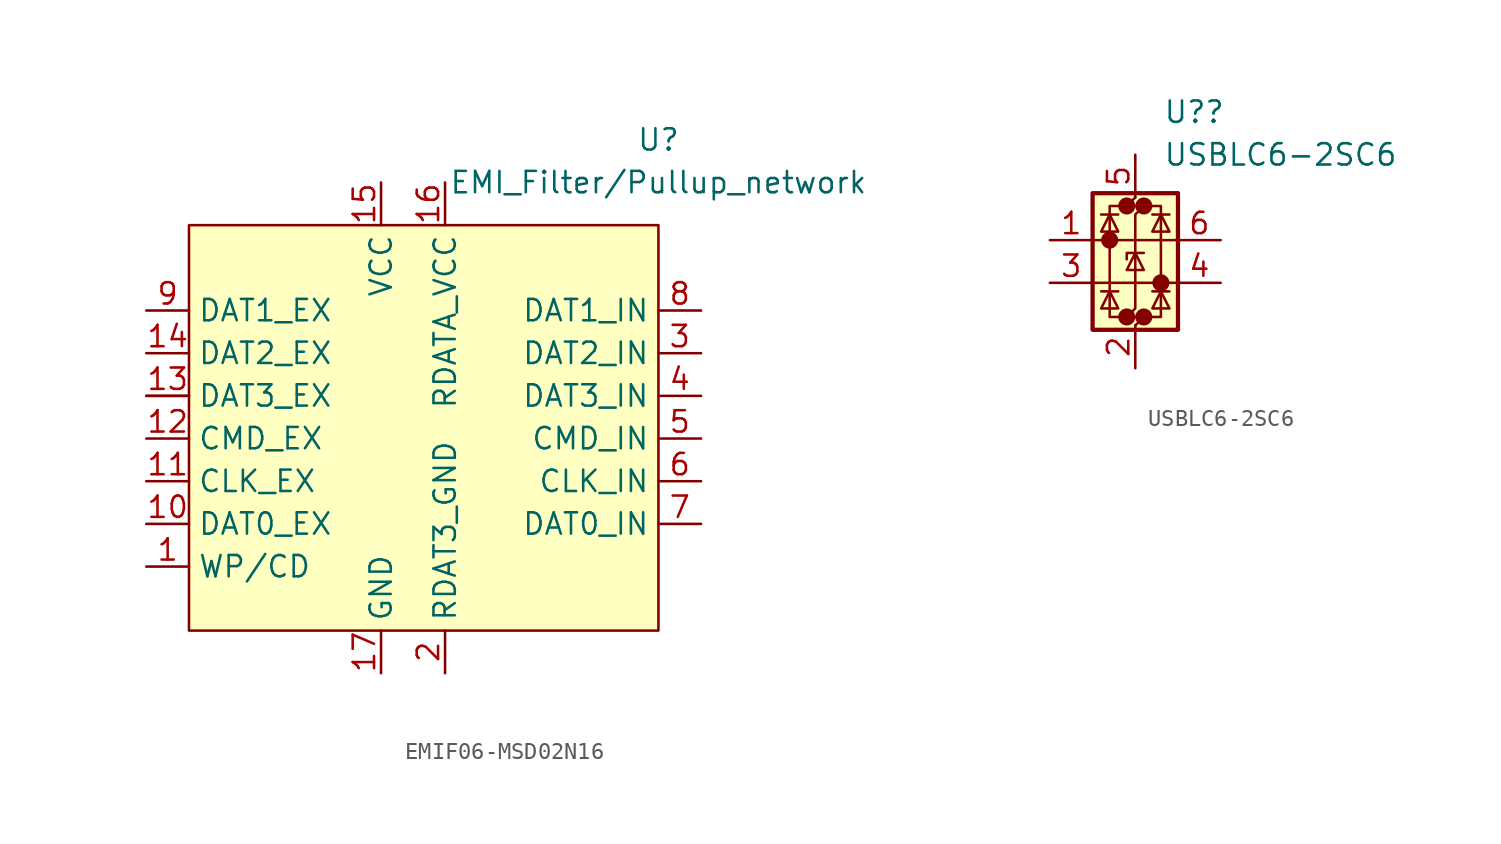
<source format=kicad_sym>
(kicad_symbol_lib
  (version 20220914)
  (generator kicad_symbol_editor)
  (symbol "EMIF06-MSD02N16"
    (property "Reference" "U"
      (at 15.24 16.51 0)
      (effects (font (size 1.27 1.27))))
    (property "Value" "EMI_Filter/Pullup_network"
      (at 15.24 13.97 0)
      (effects (font (size 1.27 1.27))))
    (symbol "EMIF06-MSD02N16_0_0"
      (pin passive line (at -15.24 1.27 0) (length 2.54) (name "" (effects (font (size 1.27 1.27)))) (number "" (effects (font (size 1.27 1.27)))))
      (pin passive line (at -15.24 -8.89 0) (length 2.54) (name "WP/CD" (effects (font (size 1.27 1.27)))) (number "1" (effects (font (size 1.27 1.27)))))
      (pin passive line (at -15.24 -6.35 0) (length 2.54) (name "DAT0_EX" (effects (font (size 1.27 1.27)))) (number "10" (effects (font (size 1.27 1.27)))))
      (pin passive line (at -15.24 -3.81 0) (length 2.54) (name "CLK_EX" (effects (font (size 1.27 1.27)))) (number "11" (effects (font (size 1.27 1.27)))))
      (pin passive line (at -15.24 -1.27 0) (length 2.54) (name "CMD_EX" (effects (font (size 1.27 1.27)))) (number "12" (effects (font (size 1.27 1.27)))))
      (pin passive line (at -15.24 1.27 0) (length 2.54) (name "DAT3_EX" (effects (font (size 1.27 1.27)))) (number "13" (effects (font (size 1.27 1.27)))))
      (pin passive line (at -15.24 3.81 0) (length 2.54) (name "DAT2_EX" (effects (font (size 1.27 1.27)))) (number "14" (effects (font (size 1.27 1.27)))))
      (pin passive line (at -1.27 13.97 270) (length 2.54) (name "VCC" (effects (font (size 1.27 1.27)))) (number "15" (effects (font (size 1.27 1.27)))))
      (pin passive line (at 2.54 13.97 270) (length 2.54) (name "RDATA_VCC" (effects (font (size 1.27 1.27)))) (number "16" (effects (font (size 1.27 1.27)))))
      (pin passive line (at -1.27 -15.24 90) (length 2.54) (name "GND" (effects (font (size 1.27 1.27)))) (number "17" (effects (font (size 1.27 1.27)))))
      (pin passive line (at 2.54 -15.24 90) (length 2.54) (name "RDAT3_GND" (effects (font (size 1.27 1.27)))) (number "2" (effects (font (size 1.27 1.27)))))
      (pin passive line (at 17.78 3.81 180) (length 2.54) (name "DAT2_IN" (effects (font (size 1.27 1.27)))) (number "3" (effects (font (size 1.27 1.27)))))
      (pin passive line (at 17.78 1.27 180) (length 2.54) (name "DAT3_IN" (effects (font (size 1.27 1.27)))) (number "4" (effects (font (size 1.27 1.27)))))
      (pin passive line (at 17.78 -1.27 180) (length 2.54) (name "CMD_IN" (effects (font (size 1.27 1.27)))) (number "5" (effects (font (size 1.27 1.27)))))
      (pin passive line (at 17.78 -3.81 180) (length 2.54) (name "CLK_IN" (effects (font (size 1.27 1.27)))) (number "6" (effects (font (size 1.27 1.27)))))
      (pin passive line (at 17.78 -6.35 180) (length 2.54) (name "DAT0_IN" (effects (font (size 1.27 1.27)))) (number "7" (effects (font (size 1.27 1.27)))))
      (pin passive line (at 17.78 6.35 180) (length 2.54) (name "DAT1_IN" (effects (font (size 1.27 1.27)))) (number "8" (effects (font (size 1.27 1.27)))))
      (pin passive line (at -15.24 6.35 0) (length 2.54) (name "DAT1_EX" (effects (font (size 1.27 1.27)))) (number "9" (effects (font (size 1.27 1.27))))))
    (symbol "EMIF06-MSD02N16_1_1"
      (rectangle (start -12.7 11.43) (end 15.24 -12.7) (stroke (width 0) (type default)) (fill (type background)))))
  (symbol "USBLC6-2SC6"
    (pin_names hide)
    (property "Reference" "U?"
      (at 1.651 7.62 0)
      (effects (font (size 1.27 1.27)) (justify left)))
    (property "Value" "USBLC6-2SC6"
      (at 1.651 5.08 0)
      (effects (font (size 1.27 1.27)) (justify left)))
    (symbol "USBLC6-2SC6_0_0"
      (circle (center -1.524 0) (radius 0.0001) (stroke (width 0.508) (type default)) (fill (type none)))
      (circle (center -0.508 -4.572) (radius 0.0001) (stroke (width 0.508) (type default)) (fill (type none)))
      (circle (center -0.508 2.032) (radius 0.0001) (stroke (width 0.508) (type default)) (fill (type none)))
      (circle (center 0.508 -4.572) (radius 0.0001) (stroke (width 0.508) (type default)) (fill (type none)))
      (circle (center 0.508 2.032) (radius 0.0001) (stroke (width 0.508) (type default)) (fill (type none)))
      (circle (center 1.524 -2.54) (radius 0.0001) (stroke (width 0.508) (type default)) (fill (type none))))
    (symbol "USBLC6-2SC6_0_1"
      (polyline (pts (xy -2.54 -2.54) (xy 2.54 -2.54)) (stroke (width 0) (type default)) (fill (type none)))
      (polyline (pts (xy -2.54 0) (xy 2.54 0)) (stroke (width 0) (type default)) (fill (type none)))
      (polyline (pts (xy -2.032 -3.048) (xy -1.016 -3.048)) (stroke (width 0) (type default)) (fill (type none)))
      (polyline (pts (xy -1.016 1.524) (xy -2.032 1.524)) (stroke (width 0) (type default)) (fill (type none)))
      (polyline (pts (xy 1.016 -3.048) (xy 2.032 -3.048)) (stroke (width 0) (type default)) (fill (type none)))
      (polyline (pts (xy 1.016 1.524) (xy 2.032 1.524)) (stroke (width 0) (type default)) (fill (type none)))
      (polyline (pts (xy -0.508 -1.143) (xy -0.508 -0.762) (xy 0.508 -0.762)) (stroke (width 0) (type default)) (fill (type none)))
      (polyline (pts (xy -2.032 0.508) (xy -1.016 0.508) (xy -1.524 1.524) (xy -2.032 0.508)) (stroke (width 0) (type default)) (fill (type none)))
      (polyline (pts (xy -1.016 -4.064) (xy -2.032 -4.064) (xy -1.524 -3.048) (xy -1.016 -4.064)) (stroke (width 0) (type default)) (fill (type none)))
      (polyline (pts (xy 0.508 -1.778) (xy -0.508 -1.778) (xy 0 -0.762) (xy 0.508 -1.778)) (stroke (width 0) (type default)) (fill (type none)))
      (polyline (pts (xy 2.032 -4.064) (xy 1.016 -4.064) (xy 1.524 -3.048) (xy 2.032 -4.064)) (stroke (width 0) (type default)) (fill (type none)))
      (polyline (pts (xy 2.032 0.508) (xy 1.016 0.508) (xy 1.524 1.524) (xy 2.032 0.508)) (stroke (width 0) (type default)) (fill (type none)))
      (polyline (pts (xy 0 2.54) (xy -0.508 2.032) (xy 0.508 2.032) (xy 0 1.524) (xy 0 -4.064) (xy -0.508 -4.572) (xy 0.508 -4.572) (xy 0 -5.08)) (stroke (width 0) (type default)) (fill (type none))))
    (symbol "USBLC6-2SC6_1_1"
      (rectangle (start -2.54 2.794) (end 2.54 -5.334) (stroke (width 0.254) (type default)) (fill (type background)))
      (polyline (pts (xy -0.508 2.032) (xy -1.524 2.032) (xy -1.524 -4.572) (xy -0.508 -4.572)) (stroke (width 0) (type default)) (fill (type none)))
      (polyline (pts (xy 0.508 -4.572) (xy 1.524 -4.572) (xy 1.524 2.032) (xy 0.508 2.032)) (stroke (width 0) (type default)) (fill (type none)))
      (pin passive line (at -5.08 0 0) (length 2.54) (name "I/O1" (effects (font (size 1.27 1.27)))) (number "1" (effects (font (size 1.27 1.27)))))
      (pin passive line (at 0 -7.62 90) (length 2.54) (name "GND" (effects (font (size 1.27 1.27)))) (number "2" (effects (font (size 1.27 1.27)))))
      (pin passive line (at -5.08 -2.54 0) (length 2.54) (name "I/O2" (effects (font (size 1.27 1.27)))) (number "3" (effects (font (size 1.27 1.27)))))
      (pin passive line (at 5.08 -2.54 180) (length 2.54) (name "I/O2" (effects (font (size 1.27 1.27)))) (number "4" (effects (font (size 1.27 1.27)))))
      (pin passive line (at 0 5.08 270) (length 2.54) (name "VBUS" (effects (font (size 1.27 1.27)))) (number "5" (effects (font (size 1.27 1.27)))))
      (pin passive line (at 5.08 0 180) (length 2.54) (name "I/O1" (effects (font (size 1.27 1.27)))) (number "6" (effects (font (size 1.27 1.27))))))))
</source>
